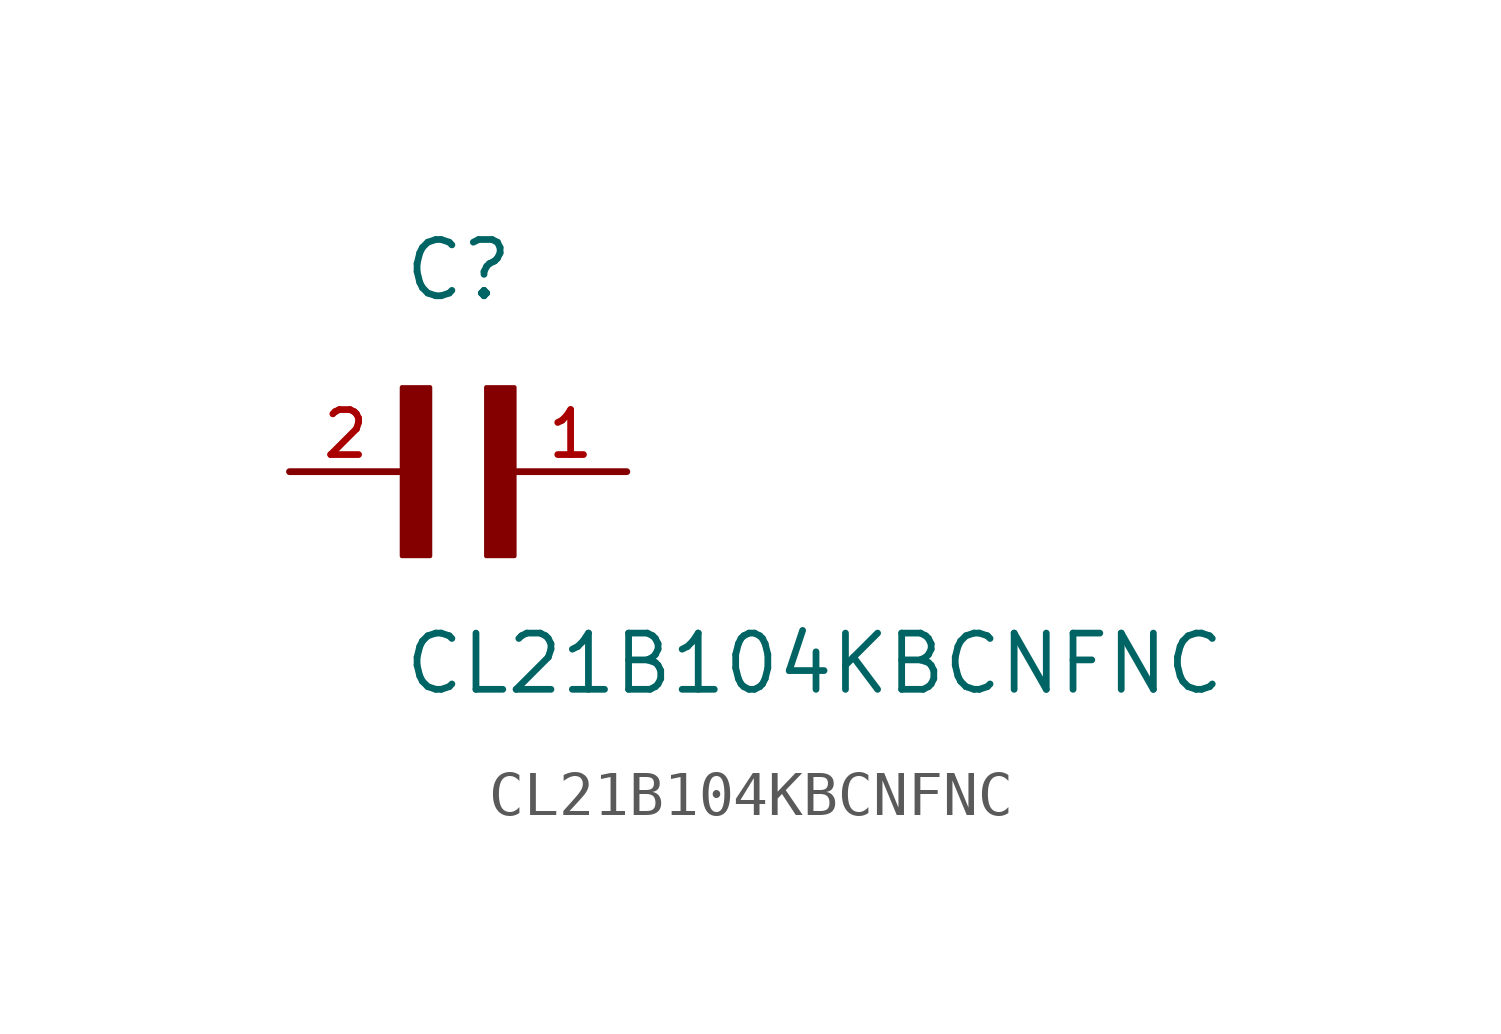
<source format=kicad_sym>
(kicad_symbol_lib
  (version 20211014)
  (generator kicad_symbol_editor)
  (symbol "CL21B104KBCNFNC"
    (pin_names
      (offset 1.016))
    (property "Reference" "C"
      (at 0.0 3.81 0)
      (effects (font (size 1.27 1.27)) (justify bottom left)))
    (property "Value" "CL21B104KBCNFNC"
      (at 0.0 -5.08 0)
      (effects (font (size 1.27 1.27)) (justify bottom left)))
    (symbol "CL21B104KBCNFNC_0_0"
      (rectangle (start 0.0 -1.905) (end 0.635 1.905) (stroke (width 0.1)) (fill (type outline)))
      (rectangle (start 1.905 -1.905) (end 2.54 1.905) (stroke (width 0.1)) (fill (type outline)))
      (pin passive line (at 5.08 0.0 180.0) (length 2.54) (name "~" (effects (font (size 1.016 1.016)))) (number "1" (effects (font (size 1.016 1.016)))))
      (pin passive line (at -2.54 0.0 0) (length 2.54) (name "~" (effects (font (size 1.016 1.016)))) (number "2" (effects (font (size 1.016 1.016))))))))
</source>
